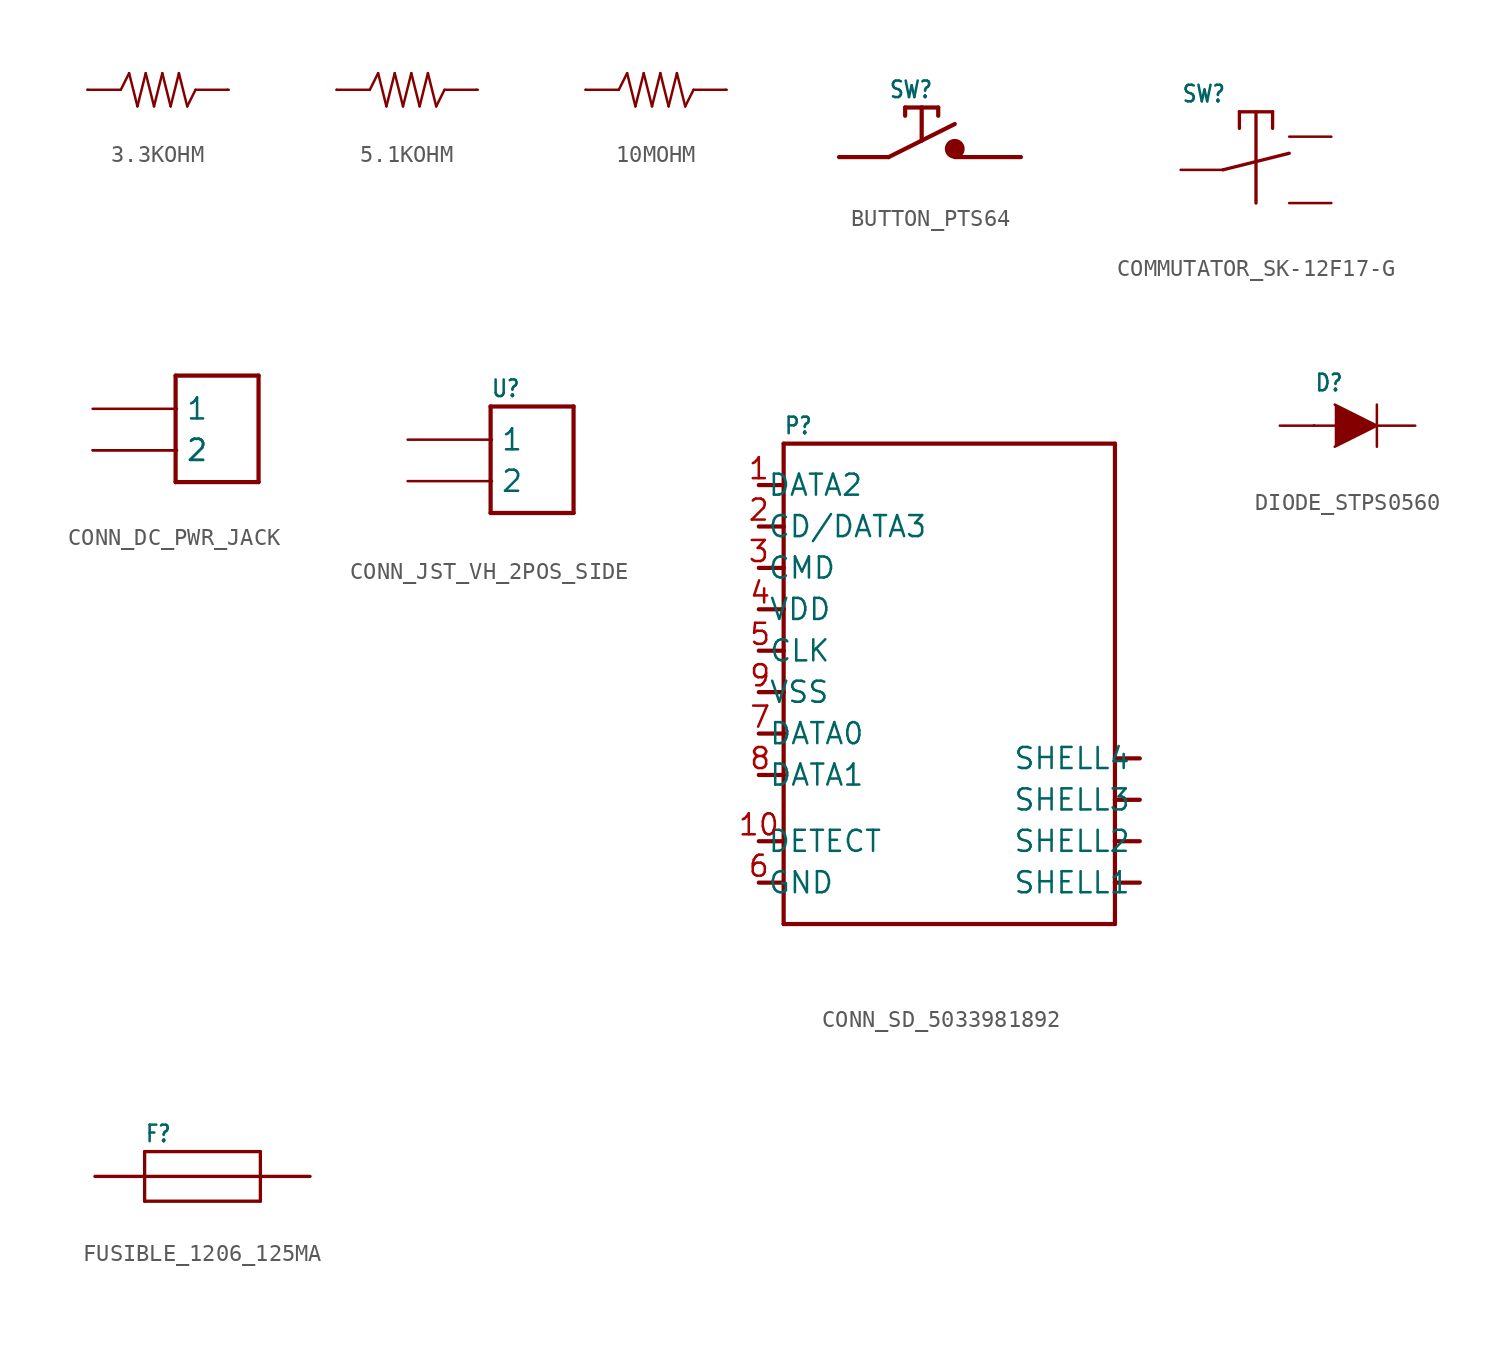
<source format=kicad_sym>
(kicad_symbol_lib
  (version 20231120)
  (generator "kicad_symbol_editor")
  (generator_version "8.0")
  (symbol "3.3KOHM"
    (property "Reference" ""
      (at 2 1.5 0)
      (effects (font (size 1 0.85)) (justify left bottom) (hide yes)))
    (property "Value" ""
      (at 2 -2.5 0)
      (effects (font (size 1 0.85)) (justify left bottom)))
    (property "ki_locked" ""
      (at 0 0 0)
      (effects (font (size 1.27 1.27))))
    (symbol "3.3KOHM_1_0"
      (polyline (pts (xy 0 0) (xy 2 0)) (stroke (width 0.15) (type solid)) (fill (type none)))
      (polyline (pts (xy 2 0) (xy 2.5 1)) (stroke (width 0.15) (type solid)) (fill (type none)))
      (polyline (pts (xy 2.5 1) (xy 3 -1)) (stroke (width 0.15) (type solid)) (fill (type none)))
      (polyline (pts (xy 3 -1) (xy 3.5 1)) (stroke (width 0.15) (type solid)) (fill (type none)))
      (polyline (pts (xy 3.5 1) (xy 4 -1)) (stroke (width 0.15) (type solid)) (fill (type none)))
      (polyline (pts (xy 4 -1) (xy 4.5 1)) (stroke (width 0.15) (type solid)) (fill (type none)))
      (polyline (pts (xy 4.5 1) (xy 5 -1)) (stroke (width 0.15) (type solid)) (fill (type none)))
      (polyline (pts (xy 5 -1) (xy 5.5 1)) (stroke (width 0.15) (type solid)) (fill (type none)))
      (polyline (pts (xy 5.5 1) (xy 6 -1)) (stroke (width 0.15) (type solid)) (fill (type none)))
      (polyline (pts (xy 6 -1) (xy 6.5 0)) (stroke (width 0.15) (type solid)) (fill (type none)))
      (polyline (pts (xy 6.5 0) (xy 8.5 0)) (stroke (width 0.15) (type solid)) (fill (type none)))
      (pin bidirectional line (at 0 0 0) (length 0) (name "1" (effects (font (size 0 0)))) (number "1" (effects (font (size 0 0)))))
      (pin bidirectional line (at 8.42 0 180) (length 0) (name "2" (effects (font (size 0 0)))) (number "2" (effects (font (size 0 0)))))))
  (symbol "5.1KOHM"
    (property "Reference" ""
      (at 2 1.5 0)
      (effects (font (size 1 0.85)) (justify left bottom) (hide yes)))
    (property "Value" ""
      (at 2 -2.5 0)
      (effects (font (size 1 0.85)) (justify left bottom)))
    (property "ki_locked" ""
      (at 0 0 0)
      (effects (font (size 1.27 1.27))))
    (symbol "5.1KOHM_1_0"
      (polyline (pts (xy 0 0) (xy 2 0)) (stroke (width 0.15) (type solid)) (fill (type none)))
      (polyline (pts (xy 2 0) (xy 2.5 1)) (stroke (width 0.15) (type solid)) (fill (type none)))
      (polyline (pts (xy 2.5 1) (xy 3 -1)) (stroke (width 0.15) (type solid)) (fill (type none)))
      (polyline (pts (xy 3 -1) (xy 3.5 1)) (stroke (width 0.15) (type solid)) (fill (type none)))
      (polyline (pts (xy 3.5 1) (xy 4 -1)) (stroke (width 0.15) (type solid)) (fill (type none)))
      (polyline (pts (xy 4 -1) (xy 4.5 1)) (stroke (width 0.15) (type solid)) (fill (type none)))
      (polyline (pts (xy 4.5 1) (xy 5 -1)) (stroke (width 0.15) (type solid)) (fill (type none)))
      (polyline (pts (xy 5 -1) (xy 5.5 1)) (stroke (width 0.15) (type solid)) (fill (type none)))
      (polyline (pts (xy 5.5 1) (xy 6 -1)) (stroke (width 0.15) (type solid)) (fill (type none)))
      (polyline (pts (xy 6 -1) (xy 6.5 0)) (stroke (width 0.15) (type solid)) (fill (type none)))
      (polyline (pts (xy 6.5 0) (xy 8.5 0)) (stroke (width 0.15) (type solid)) (fill (type none)))
      (pin bidirectional line (at 0 0 0) (length 0) (name "1" (effects (font (size 0 0)))) (number "1" (effects (font (size 0 0)))))
      (pin bidirectional line (at 8.42 0 180) (length 0) (name "2" (effects (font (size 0 0)))) (number "2" (effects (font (size 0 0)))))))
  (symbol "10MOHM"
    (property "Reference" ""
      (at 2 1.5 0)
      (effects (font (size 1 0.85)) (justify left bottom) (hide yes)))
    (property "Value" ""
      (at 2 -2.5 0)
      (effects (font (size 1 0.85)) (justify left bottom)))
    (property "ki_locked" ""
      (at 0 0 0)
      (effects (font (size 1.27 1.27))))
    (symbol "10MOHM_1_0"
      (polyline (pts (xy 0 0) (xy 2 0)) (stroke (width 0.15) (type solid)) (fill (type none)))
      (polyline (pts (xy 2 0) (xy 2.5 1)) (stroke (width 0.15) (type solid)) (fill (type none)))
      (polyline (pts (xy 2.5 1) (xy 3 -1)) (stroke (width 0.15) (type solid)) (fill (type none)))
      (polyline (pts (xy 3 -1) (xy 3.5 1)) (stroke (width 0.15) (type solid)) (fill (type none)))
      (polyline (pts (xy 3.5 1) (xy 4 -1)) (stroke (width 0.15) (type solid)) (fill (type none)))
      (polyline (pts (xy 4 -1) (xy 4.5 1)) (stroke (width 0.15) (type solid)) (fill (type none)))
      (polyline (pts (xy 4.5 1) (xy 5 -1)) (stroke (width 0.15) (type solid)) (fill (type none)))
      (polyline (pts (xy 5 -1) (xy 5.5 1)) (stroke (width 0.15) (type solid)) (fill (type none)))
      (polyline (pts (xy 5.5 1) (xy 6 -1)) (stroke (width 0.15) (type solid)) (fill (type none)))
      (polyline (pts (xy 6 -1) (xy 6.5 0)) (stroke (width 0.15) (type solid)) (fill (type none)))
      (polyline (pts (xy 6.5 0) (xy 8.5 0)) (stroke (width 0.15) (type solid)) (fill (type none)))
      (pin bidirectional line (at 0 0 0) (length 0) (name "1" (effects (font (size 0 0)))) (number "1" (effects (font (size 0 0)))))
      (pin bidirectional line (at 8.42 0 180) (length 0) (name "2" (effects (font (size 0 0)))) (number "2" (effects (font (size 0 0)))))))
  (symbol "BUTTON_PTS64"
    (property "Reference" "SW"
      (at 3 3.5 0)
      (effects (font (size 1 0.85)) (justify left bottom)))
    (property "Value" ""
      (at 3 -2 0)
      (effects (font (size 1 0.85)) (justify left bottom)))
    (property "ki_locked" ""
      (at 0 0 0)
      (effects (font (size 1.27 1.27))))
    (symbol "BUTTON_PTS64_1_0"
      (polyline (pts (xy 3 0) (xy 0 0)) (stroke (width 0.254) (type solid)) (fill (type none)))
      (polyline (pts (xy 3 0) (xy 5 1)) (stroke (width 0.254) (type solid)) (fill (type none)))
      (polyline (pts (xy 4 3) (xy 4 2.5)) (stroke (width 0.254) (type solid)) (fill (type none)))
      (polyline (pts (xy 5 1) (xy 5 3)) (stroke (width 0.254) (type solid)) (fill (type none)))
      (polyline (pts (xy 5 1) (xy 7 2)) (stroke (width 0.254) (type solid)) (fill (type none)))
      (polyline (pts (xy 5 3) (xy 4 3)) (stroke (width 0.254) (type solid)) (fill (type none)))
      (polyline (pts (xy 5 3) (xy 6 3)) (stroke (width 0.254) (type solid)) (fill (type none)))
      (polyline (pts (xy 6 3) (xy 6 2.5)) (stroke (width 0.254) (type solid)) (fill (type none)))
      (polyline (pts (xy 7 0) (xy 11 0)) (stroke (width 0.254) (type solid)) (fill (type none)))
      (circle (center 7 0.5) (radius 0.3) (stroke (width 0.6) (type solid)) (fill (type none)))
      (pin bidirectional line (at 0 0 0) (length 0) (name "C" (effects (font (size 0 0)))) (number "1" (effects (font (size 0 0)))))
      (pin bidirectional line (at 0 0 0) (length 0) (name "C" (effects (font (size 0 0)))) (number "2" (effects (font (size 0 0)))))
      (pin bidirectional line (at 11 0 0) (length 0) (name "T" (effects (font (size 0 0)))) (number "3" (effects (font (size 0 0)))))
      (pin bidirectional line (at 11 0 0) (length 0) (name "T" (effects (font (size 0 0)))) (number "4" (effects (font (size 0 0)))))))
  (symbol "COMMUTATOR_SK-12F17-G"
    (property "Reference" "SW"
      (at 0 4 0)
      (effects (font (size 1 0.85)) (justify left bottom)))
    (property "Value" ""
      (at 0 -4 0)
      (effects (font (size 1 0.85)) (justify left bottom)))
    (property "ki_locked" ""
      (at 0 0 0)
      (effects (font (size 1.27 1.27))))
    (symbol "COMMUTATOR_SK-12F17-G_1_0"
      (polyline (pts (xy 2.5 0) (xy 6.5 1)) (stroke (width 0.2) (type solid)) (fill (type none)))
      (polyline (pts (xy 3.5 2.5) (xy 3.5 3.5)) (stroke (width 0.2) (type solid)) (fill (type none)))
      (polyline (pts (xy 3.5 3.5) (xy 5.5 3.5)) (stroke (width 0.2) (type solid)) (fill (type none)))
      (polyline (pts (xy 4.5 -2) (xy 4.5 3.5)) (stroke (width 0.2) (type solid)) (fill (type none)))
      (polyline (pts (xy 5.5 3.5) (xy 5.5 2.5)) (stroke (width 0.2) (type solid)) (fill (type none)))
      (pin bidirectional line (at -0.04 0 0) (length 2.54) (name "IN" (effects (font (size 0 0)))) (number "IN" (effects (font (size 0 0)))))
      (pin bidirectional line (at 9.04 2 180) (length 2.54) (name "OUT_1" (effects (font (size 0 0)))) (number "OUT_L" (effects (font (size 0 0)))))
      (pin bidirectional line (at 9.04 -2 180) (length 2.54) (name "OUT_2" (effects (font (size 0 0)))) (number "OUT_R" (effects (font (size 0 0)))))))
  (symbol "CONN_DC_PWR_JACK"
    (property "Reference" ""
      (at 5 2.5 0)
      (effects (font (size 1 0.85)) (justify left bottom) (hide yes)))
    (property "Value" ""
      (at 5 -5.92 0)
      (effects (font (size 1 0.85)) (justify left bottom)))
    (property "ki_locked" ""
      (at 0 0 0)
      (effects (font (size 1.27 1.27))))
    (symbol "CONN_DC_PWR_JACK_1_0"
      (polyline (pts (xy 5 -4.42) (xy 10 -4.42)) (stroke (width 0.254) (type solid)) (fill (type none)))
      (polyline (pts (xy 5 2) (xy 5 -4.42)) (stroke (width 0.254) (type solid)) (fill (type none)))
      (polyline (pts (xy 10 -4.42) (xy 10 2)) (stroke (width 0.254) (type solid)) (fill (type none)))
      (polyline (pts (xy 10 2) (xy 5 2)) (stroke (width 0.254) (type solid)) (fill (type none)))
      (pin bidirectional line (at 0 0 0) (length 5.08) (name "1" (effects (font (size 1.27 1.27)))) (number "1" (effects (font (size 0 0)))))
      (pin bidirectional line (at 0 -2.5 0) (length 5.08) (name "2" (effects (font (size 1.27 1.27)))) (number "2" (effects (font (size 0 0)))))
      (pin bidirectional line (at 0 -2.5 0) (length 5.08) (name "2" (effects (font (size 1.27 1.27)))) (number "3" (effects (font (size 0 0)))))))
  (symbol "CONN_JST_VH_2POS_SIDE"
    (property "Reference" "U"
      (at 5 2.5 0)
      (effects (font (size 1 0.85)) (justify left bottom)))
    (property "Value" ""
      (at 5 -5.92 0)
      (effects (font (size 1 0.85)) (justify left bottom)))
    (property "ki_locked" ""
      (at 0 0 0)
      (effects (font (size 1.27 1.27))))
    (symbol "CONN_JST_VH_2POS_SIDE_1_0"
      (polyline (pts (xy 5 -4.42) (xy 10 -4.42)) (stroke (width 0.254) (type solid)) (fill (type none)))
      (polyline (pts (xy 5 2) (xy 5 -4.42)) (stroke (width 0.254) (type solid)) (fill (type none)))
      (polyline (pts (xy 10 -4.42) (xy 10 2)) (stroke (width 0.254) (type solid)) (fill (type none)))
      (polyline (pts (xy 10 2) (xy 5 2)) (stroke (width 0.254) (type solid)) (fill (type none)))
      (pin bidirectional line (at 0 0 0) (length 5.08) (name "1" (effects (font (size 1.27 1.27)))) (number "1" (effects (font (size 0 0)))))
      (pin bidirectional line (at 0 -2.5 0) (length 5.08) (name "2" (effects (font (size 1.27 1.27)))) (number "2" (effects (font (size 0 0)))))))
  (symbol "CONN_SD_5033981892"
    (property "Reference" "P"
      (at 1.5 3 0)
      (effects (font (size 1 0.85)) (justify left bottom)))
    (property "Value" ""
      (at 1.5 -28 0)
      (effects (font (size 1 0.85)) (justify left bottom)))
    (property "ki_locked" ""
      (at 0 0 0)
      (effects (font (size 1.27 1.27))))
    (symbol "CONN_SD_5033981892_1_0"
      (polyline (pts (xy 0 -24) (xy 1.5 -24)) (stroke (width 0.254) (type solid)) (fill (type none)))
      (polyline (pts (xy 0 -21.5) (xy 1.5 -21.5)) (stroke (width 0.254) (type solid)) (fill (type none)))
      (polyline (pts (xy 0 -17.5) (xy 1.5 -17.5)) (stroke (width 0.254) (type solid)) (fill (type none)))
      (polyline (pts (xy 0 -15) (xy 1.5 -15)) (stroke (width 0.254) (type solid)) (fill (type none)))
      (polyline (pts (xy 0 -12.5) (xy 1.5 -12.5)) (stroke (width 0.254) (type solid)) (fill (type none)))
      (polyline (pts (xy 0 -10) (xy 1.5 -10)) (stroke (width 0.254) (type solid)) (fill (type none)))
      (polyline (pts (xy 0 -7.5) (xy 1.5 -7.5)) (stroke (width 0.254) (type solid)) (fill (type none)))
      (polyline (pts (xy 0 -5) (xy 1.5 -5)) (stroke (width 0.254) (type solid)) (fill (type none)))
      (polyline (pts (xy 0 -2.5) (xy 1.5 -2.5)) (stroke (width 0.254) (type solid)) (fill (type none)))
      (polyline (pts (xy 0 0) (xy 1.5 0)) (stroke (width 0.254) (type solid)) (fill (type none)))
      (polyline (pts (xy 1.5 -26.5) (xy 1.5 -17.5)) (stroke (width 0.254) (type solid)) (fill (type none)))
      (polyline (pts (xy 1.5 -17.5) (xy 1.5 -15)) (stroke (width 0.254) (type solid)) (fill (type none)))
      (polyline (pts (xy 1.5 -15) (xy 1.5 -12.5)) (stroke (width 0.254) (type solid)) (fill (type none)))
      (polyline (pts (xy 1.5 -12.5) (xy 1.5 -10)) (stroke (width 0.254) (type solid)) (fill (type none)))
      (polyline (pts (xy 1.5 -10) (xy 1.5 -7.5)) (stroke (width 0.254) (type solid)) (fill (type none)))
      (polyline (pts (xy 1.5 -7.5) (xy 1.5 -5)) (stroke (width 0.254) (type solid)) (fill (type none)))
      (polyline (pts (xy 1.5 -5) (xy 1.5 -2.5)) (stroke (width 0.254) (type solid)) (fill (type none)))
      (polyline (pts (xy 1.5 -2.5) (xy 1.5 0)) (stroke (width 0.254) (type solid)) (fill (type none)))
      (polyline (pts (xy 1.5 0) (xy 1.5 2.5)) (stroke (width 0.254) (type solid)) (fill (type none)))
      (polyline (pts (xy 1.5 2.5) (xy 21.5 2.5)) (stroke (width 0.254) (type solid)) (fill (type none)))
      (polyline (pts (xy 21.5 -26.5) (xy 1.5 -26.5)) (stroke (width 0.254) (type solid)) (fill (type none)))
      (polyline (pts (xy 21.5 -24) (xy 21.5 -26.5)) (stroke (width 0.254) (type solid)) (fill (type none)))
      (polyline (pts (xy 21.5 -24) (xy 23 -24)) (stroke (width 0.254) (type solid)) (fill (type none)))
      (polyline (pts (xy 21.5 -21.5) (xy 21.5 -24)) (stroke (width 0.254) (type solid)) (fill (type none)))
      (polyline (pts (xy 21.5 -21.5) (xy 23 -21.5)) (stroke (width 0.254) (type solid)) (fill (type none)))
      (polyline (pts (xy 21.5 -19) (xy 21.5 -21.5)) (stroke (width 0.254) (type solid)) (fill (type none)))
      (polyline (pts (xy 21.5 -16.5) (xy 21.5 -19)) (stroke (width 0.254) (type solid)) (fill (type none)))
      (polyline (pts (xy 21.5 2.5) (xy 21.5 -16.5)) (stroke (width 0.254) (type solid)) (fill (type none)))
      (polyline (pts (xy 23 -19) (xy 21.5 -19)) (stroke (width 0.254) (type solid)) (fill (type none)))
      (polyline (pts (xy 23 -16.5) (xy 21.5 -16.5)) (stroke (width 0.254) (type solid)) (fill (type none)))
      (pin bidirectional line (at 0 0 0) (length 0) (name "DATA2" (effects (font (size 1.27 1.27)))) (number "1" (effects (font (size 1.27 1.27)))))
      (pin bidirectional line (at 0 -21.5 0) (length 0) (name "DETECT" (effects (font (size 1.27 1.27)))) (number "10" (effects (font (size 1.27 1.27)))))
      (pin bidirectional line (at 0 -2.5 0) (length 0) (name "CD/DATA3" (effects (font (size 1.27 1.27)))) (number "2" (effects (font (size 1.27 1.27)))))
      (pin bidirectional line (at 0 -5 0) (length 0) (name "CMD" (effects (font (size 1.27 1.27)))) (number "3" (effects (font (size 1.27 1.27)))))
      (pin bidirectional line (at 0.08 -7.5 0) (length 0) (name "VDD" (effects (font (size 1.27 1.27)))) (number "4" (effects (font (size 1.27 1.27)))))
      (pin bidirectional line (at 0.08 -10 0) (length 0) (name "CLK" (effects (font (size 1.27 1.27)))) (number "5" (effects (font (size 1.27 1.27)))))
      (pin bidirectional line (at 0 -24 0) (length 0) (name "GND" (effects (font (size 1.27 1.27)))) (number "6" (effects (font (size 1.27 1.27)))))
      (pin bidirectional line (at 0.08 -15 0) (length 0) (name "DATA0" (effects (font (size 1.27 1.27)))) (number "7" (effects (font (size 1.27 1.27)))))
      (pin bidirectional line (at 0.08 -17.5 0) (length 0) (name "DATA1" (effects (font (size 1.27 1.27)))) (number "8" (effects (font (size 1.27 1.27)))))
      (pin bidirectional line (at 0.08 -12.5 0) (length 0) (name "VSS" (effects (font (size 1.27 1.27)))) (number "9" (effects (font (size 1.27 1.27)))))
      (pin bidirectional line (at 23 -24 180) (length 0) (name "SHELL1" (effects (font (size 1.27 1.27)))) (number "SH1" (effects (font (size 0 0)))))
      (pin bidirectional line (at 23 -21.5 180) (length 0) (name "SHELL2" (effects (font (size 1.27 1.27)))) (number "SH2" (effects (font (size 0 0)))))
      (pin bidirectional line (at 23 -19 180) (length 0) (name "SHELL3" (effects (font (size 1.27 1.27)))) (number "SH3" (effects (font (size 0 0)))))
      (pin bidirectional line (at 23 -16.5 180) (length 0) (name "SHELL4" (effects (font (size 1.27 1.27)))) (number "SH4" (effects (font (size 0 0)))))))
  (symbol "DIODE_STPS0560"
    (property "Reference" "D"
      (at 2 2 0)
      (effects (font (size 1 0.85)) (justify left bottom)))
    (property "Value" ""
      (at 2 -3 0)
      (effects (font (size 1 0.85)) (justify left bottom)))
    (property "ki_locked" ""
      (at 0 0 0)
      (effects (font (size 1.27 1.27))))
    (symbol "DIODE_STPS0560_1_0"
      (polyline (pts (xy 1.96 0) (xy 2 0)) (stroke (width 0.152) (type solid)) (fill (type none)))
      (polyline (pts (xy 2 0) (xy 0 0)) (stroke (width 0.15) (type solid)) (fill (type none)))
      (polyline (pts (xy 2 0) (xy 3.23 0)) (stroke (width 0.152) (type solid)) (fill (type none)))
      (polyline (pts (xy 5.77 0) (xy 5.77 -1.27)) (stroke (width 0.152) (type solid)) (fill (type none)))
      (polyline (pts (xy 5.77 1.27) (xy 5.77 0)) (stroke (width 0.152) (type solid)) (fill (type none)))
      (polyline (pts (xy 8 0) (xy 5.77 0)) (stroke (width 0.152) (type solid)) (fill (type none)))
      (polyline (pts (xy 3.23 1.27) (xy 5.77 0) (xy 3.23 -1.27)) (stroke (width 0.152) (type solid)) (fill (type outline)))
      (pin bidirectional line (at -0.08 0 180) (length 0) (name "A" (effects (font (size 0 0)))) (number "A" (effects (font (size 0 0)))))
      (pin bidirectional line (at 8.08 0 0) (length 0) (name "K" (effects (font (size 0 0)))) (number "K" (effects (font (size 0 0)))))))
  (symbol "FUSIBLE_1206_125MA"
    (property "Reference" "F"
      (at 3 2 0)
      (effects (font (size 1 0.85)) (justify left bottom)))
    (property "Value" ""
      (at 3 -3 0)
      (effects (font (size 1 0.85)) (justify left bottom)))
    (property "ki_locked" ""
      (at 0 0 0)
      (effects (font (size 1.27 1.27))))
    (symbol "FUSIBLE_1206_125MA_1_0"
      (polyline (pts (xy 3 -1.5) (xy 3 0)) (stroke (width 0.2) (type solid)) (fill (type none)))
      (polyline (pts (xy 3 0) (xy 0 0)) (stroke (width 0.2) (type solid)) (fill (type none)))
      (polyline (pts (xy 3 0) (xy 3 1.5)) (stroke (width 0.2) (type solid)) (fill (type none)))
      (polyline (pts (xy 3 0) (xy 10 0)) (stroke (width 0.2) (type solid)) (fill (type none)))
      (polyline (pts (xy 3 1.5) (xy 10 1.5)) (stroke (width 0.2) (type solid)) (fill (type none)))
      (polyline (pts (xy 10 -1.5) (xy 3 -1.5)) (stroke (width 0.2) (type solid)) (fill (type none)))
      (polyline (pts (xy 10 0) (xy 10 -1.5)) (stroke (width 0.2) (type solid)) (fill (type none)))
      (polyline (pts (xy 10 0) (xy 13 0)) (stroke (width 0.2) (type solid)) (fill (type none)))
      (polyline (pts (xy 10 1.5) (xy 10 0)) (stroke (width 0.2) (type solid)) (fill (type none)))
      (pin bidirectional line (at 0 0 0) (length 0) (name "1" (effects (font (size 0 0)))) (number "1" (effects (font (size 0 0)))))
      (pin bidirectional line (at 13 0 180) (length 0) (name "2" (effects (font (size 0 0)))) (number "2" (effects (font (size 0 0))))))))
</source>
